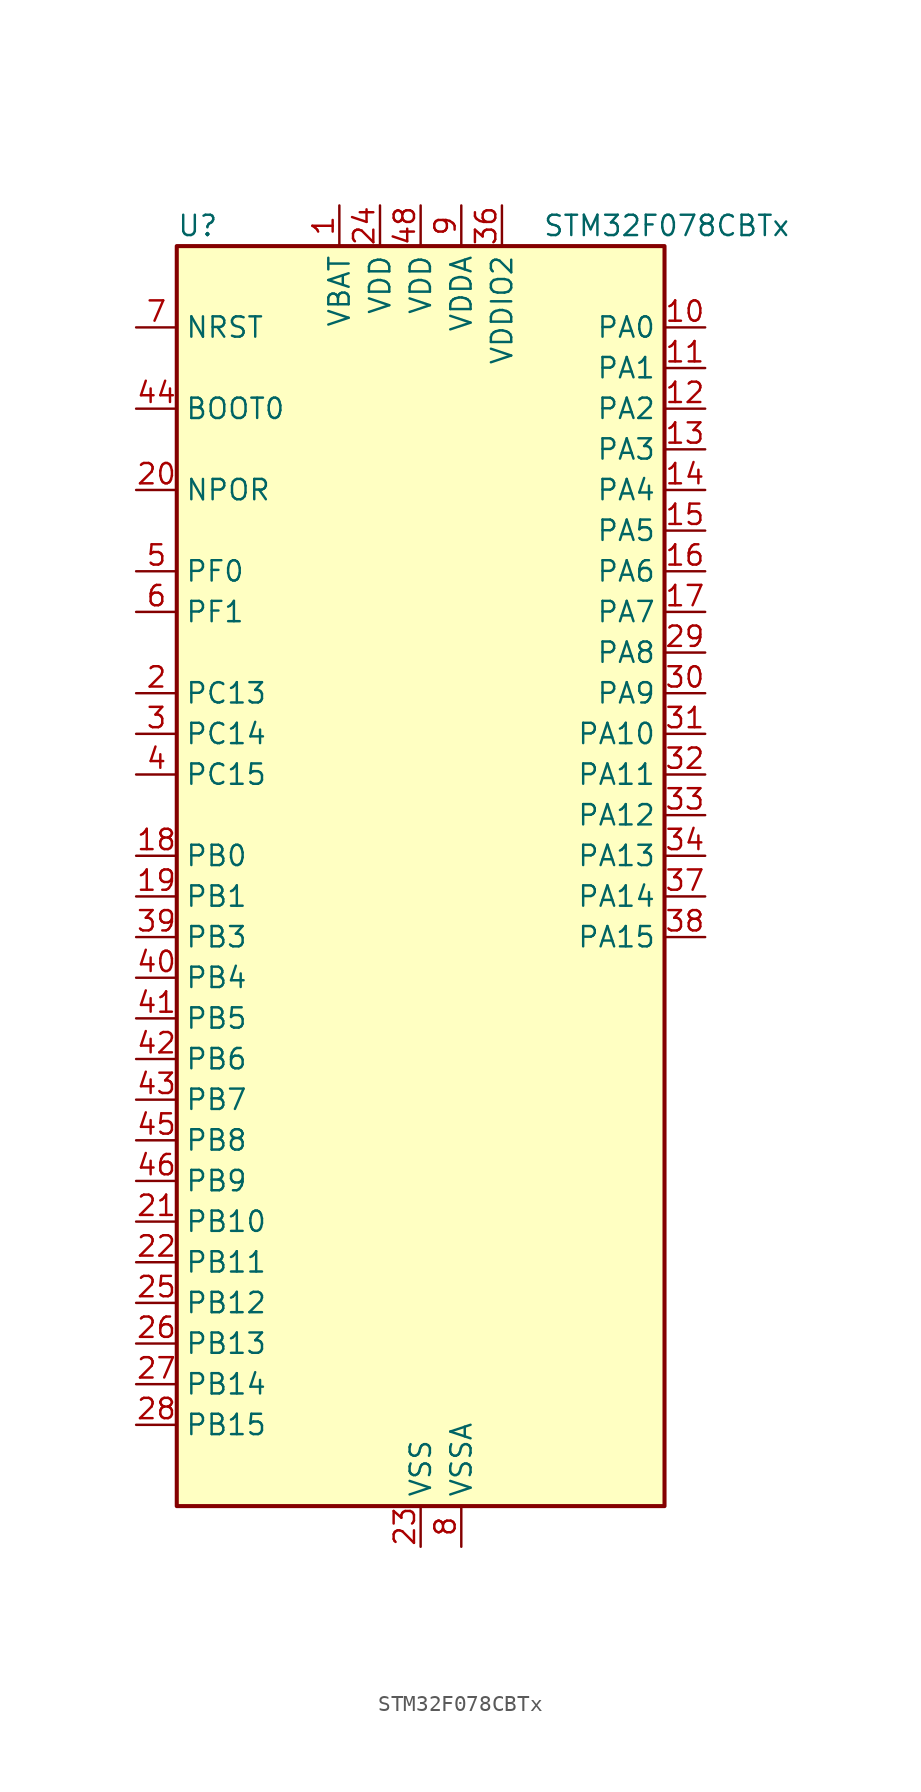
<source format=kicad_sym>
(kicad_symbol_lib
  (version 20241209)
  (generator "kicad_symbol_editor")
  (generator_version "9.0")
  (symbol "STM32F078CBTx"
    (property "Reference" "U"
      (at -15.24 41.91 0)
      (effects (font (size 1.27 1.27)) (justify left)))
    (property "Value" "STM32F078CBTx"
      (at 7.62 41.91 0)
      (effects (font (size 1.27 1.27)) (justify left)))
    (symbol "STM32F078CBTx_0_1"
      (rectangle (start -15.24 -38.1) (end 15.24 40.64) (stroke (width 0.254) (type default)) (fill (type background))))
    (symbol "STM32F078CBTx_1_1"
      (pin input line (at -17.78 35.56 0) (length 2.54) (name "NRST" (effects (font (size 1.27 1.27)))) (number "7" (effects (font (size 1.27 1.27)))))
      (pin input line (at -17.78 30.48 0) (length 2.54) (name "BOOT0" (effects (font (size 1.27 1.27)))) (number "44" (effects (font (size 1.27 1.27)))))
      (pin input line (at -17.78 25.4 0) (length 2.54) (name "NPOR" (effects (font (size 1.27 1.27)))) (number "20" (effects (font (size 1.27 1.27)))))
      (pin bidirectional line (at -17.78 20.32 0) (length 2.54) (name "PF0" (effects (font (size 1.27 1.27)))) (number "5" (effects (font (size 1.27 1.27)))) (alternate "CRS_SYNC" bidirectional line) (alternate "RCC_OSC_IN" bidirectional line))
      (pin bidirectional line (at -17.78 17.78 0) (length 2.54) (name "PF1" (effects (font (size 1.27 1.27)))) (number "6" (effects (font (size 1.27 1.27)))) (alternate "RCC_OSC_OUT" bidirectional line))
      (pin bidirectional line (at -17.78 12.7 0) (length 2.54) (name "PC13" (effects (font (size 1.27 1.27)))) (number "2" (effects (font (size 1.27 1.27)))) (alternate "RTC_OUT_ALARM" bidirectional line) (alternate "RTC_OUT_CALIB" bidirectional line) (alternate "RTC_TAMP1" bidirectional line) (alternate "RTC_TS" bidirectional line) (alternate "SYS_WKUP2" bidirectional line))
      (pin bidirectional line (at -17.78 10.16 0) (length 2.54) (name "PC14" (effects (font (size 1.27 1.27)))) (number "3" (effects (font (size 1.27 1.27)))) (alternate "RCC_OSC32_IN" bidirectional line))
      (pin bidirectional line (at -17.78 7.62 0) (length 2.54) (name "PC15" (effects (font (size 1.27 1.27)))) (number "4" (effects (font (size 1.27 1.27)))) (alternate "RCC_OSC32_OUT" bidirectional line))
      (pin bidirectional line (at -17.78 2.54 0) (length 2.54) (name "PB0" (effects (font (size 1.27 1.27)))) (number "18" (effects (font (size 1.27 1.27)))) (alternate "ADC_IN8" bidirectional line) (alternate "TIM1_CH2N" bidirectional line) (alternate "TIM3_CH3" bidirectional line) (alternate "TSC_G3_IO2" bidirectional line) (alternate "USART3_CK" bidirectional line))
      (pin bidirectional line (at -17.78 0 0) (length 2.54) (name "PB1" (effects (font (size 1.27 1.27)))) (number "19" (effects (font (size 1.27 1.27)))) (alternate "ADC_IN9" bidirectional line) (alternate "TIM14_CH1" bidirectional line) (alternate "TIM1_CH3N" bidirectional line) (alternate "TIM3_CH4" bidirectional line) (alternate "TSC_G3_IO3" bidirectional line) (alternate "USART3_DE" bidirectional line) (alternate "USART3_RTS" bidirectional line))
      (pin bidirectional line (at -17.78 -2.54 0) (length 2.54) (name "PB3" (effects (font (size 1.27 1.27)))) (number "39" (effects (font (size 1.27 1.27)))) (alternate "I2S1_CK" bidirectional line) (alternate "SPI1_SCK" bidirectional line) (alternate "TIM2_CH2" bidirectional line) (alternate "TSC_G5_IO1" bidirectional line))
      (pin bidirectional line (at -17.78 -5.08 0) (length 2.54) (name "PB4" (effects (font (size 1.27 1.27)))) (number "40" (effects (font (size 1.27 1.27)))) (alternate "I2S1_MCK" bidirectional line) (alternate "SPI1_MISO" bidirectional line) (alternate "TIM17_BKIN" bidirectional line) (alternate "TIM3_CH1" bidirectional line) (alternate "TSC_G5_IO2" bidirectional line))
      (pin bidirectional line (at -17.78 -7.62 0) (length 2.54) (name "PB5" (effects (font (size 1.27 1.27)))) (number "41" (effects (font (size 1.27 1.27)))) (alternate "I2C1_SMBA" bidirectional line) (alternate "I2S1_SD" bidirectional line) (alternate "SPI1_MOSI" bidirectional line) (alternate "SYS_WKUP6" bidirectional line) (alternate "TIM16_BKIN" bidirectional line) (alternate "TIM3_CH2" bidirectional line))
      (pin bidirectional line (at -17.78 -10.16 0) (length 2.54) (name "PB6" (effects (font (size 1.27 1.27)))) (number "42" (effects (font (size 1.27 1.27)))) (alternate "I2C1_SCL" bidirectional line) (alternate "TIM16_CH1N" bidirectional line) (alternate "TSC_G5_IO3" bidirectional line) (alternate "USART1_TX" bidirectional line))
      (pin bidirectional line (at -17.78 -12.7 0) (length 2.54) (name "PB7" (effects (font (size 1.27 1.27)))) (number "43" (effects (font (size 1.27 1.27)))) (alternate "I2C1_SDA" bidirectional line) (alternate "TIM17_CH1N" bidirectional line) (alternate "TSC_G5_IO4" bidirectional line) (alternate "USART1_RX" bidirectional line) (alternate "USART4_CTS" bidirectional line))
      (pin bidirectional line (at -17.78 -15.24 0) (length 2.54) (name "PB8" (effects (font (size 1.27 1.27)))) (number "45" (effects (font (size 1.27 1.27)))) (alternate "CEC" bidirectional line) (alternate "I2C1_SCL" bidirectional line) (alternate "TIM16_CH1" bidirectional line) (alternate "TSC_SYNC" bidirectional line))
      (pin bidirectional line (at -17.78 -17.78 0) (length 2.54) (name "PB9" (effects (font (size 1.27 1.27)))) (number "46" (effects (font (size 1.27 1.27)))) (alternate "DAC_EXTI9" bidirectional line) (alternate "I2C1_SDA" bidirectional line) (alternate "I2S2_WS" bidirectional line) (alternate "IR_OUT" bidirectional line) (alternate "SPI2_NSS" bidirectional line) (alternate "TIM17_CH1" bidirectional line))
      (pin bidirectional line (at -17.78 -20.32 0) (length 2.54) (name "PB10" (effects (font (size 1.27 1.27)))) (number "21" (effects (font (size 1.27 1.27)))) (alternate "CEC" bidirectional line) (alternate "I2C2_SCL" bidirectional line) (alternate "I2S2_CK" bidirectional line) (alternate "SPI2_SCK" bidirectional line) (alternate "TIM2_CH3" bidirectional line) (alternate "TSC_SYNC" bidirectional line) (alternate "USART3_TX" bidirectional line))
      (pin bidirectional line (at -17.78 -22.86 0) (length 2.54) (name "PB11" (effects (font (size 1.27 1.27)))) (number "22" (effects (font (size 1.27 1.27)))) (alternate "I2C2_SDA" bidirectional line) (alternate "TIM2_CH4" bidirectional line) (alternate "TSC_G6_IO1" bidirectional line) (alternate "USART3_RX" bidirectional line))
      (pin bidirectional line (at -17.78 -25.4 0) (length 2.54) (name "PB12" (effects (font (size 1.27 1.27)))) (number "25" (effects (font (size 1.27 1.27)))) (alternate "I2S2_WS" bidirectional line) (alternate "SPI2_NSS" bidirectional line) (alternate "TIM15_BKIN" bidirectional line) (alternate "TIM1_BKIN" bidirectional line) (alternate "TSC_G6_IO2" bidirectional line) (alternate "USART3_CK" bidirectional line))
      (pin bidirectional line (at -17.78 -27.94 0) (length 2.54) (name "PB13" (effects (font (size 1.27 1.27)))) (number "26" (effects (font (size 1.27 1.27)))) (alternate "I2C2_SCL" bidirectional line) (alternate "I2S2_CK" bidirectional line) (alternate "SPI2_SCK" bidirectional line) (alternate "TIM1_CH1N" bidirectional line) (alternate "TSC_G6_IO3" bidirectional line) (alternate "USART3_CTS" bidirectional line))
      (pin bidirectional line (at -17.78 -30.48 0) (length 2.54) (name "PB14" (effects (font (size 1.27 1.27)))) (number "27" (effects (font (size 1.27 1.27)))) (alternate "I2C2_SDA" bidirectional line) (alternate "I2S2_MCK" bidirectional line) (alternate "SPI2_MISO" bidirectional line) (alternate "TIM15_CH1" bidirectional line) (alternate "TIM1_CH2N" bidirectional line) (alternate "TSC_G6_IO4" bidirectional line) (alternate "USART3_DE" bidirectional line) (alternate "USART3_RTS" bidirectional line))
      (pin bidirectional line (at -17.78 -33.02 0) (length 2.54) (name "PB15" (effects (font (size 1.27 1.27)))) (number "28" (effects (font (size 1.27 1.27)))) (alternate "I2S2_SD" bidirectional line) (alternate "RTC_REFIN" bidirectional line) (alternate "SPI2_MOSI" bidirectional line) (alternate "SYS_WKUP7" bidirectional line) (alternate "TIM15_CH1N" bidirectional line) (alternate "TIM15_CH2" bidirectional line) (alternate "TIM1_CH3N" bidirectional line))
      (pin power_in line (at -5.08 43.18 270) (length 2.54) (name "VBAT" (effects (font (size 1.27 1.27)))) (number "1" (effects (font (size 1.27 1.27)))))
      (pin power_in line (at -2.54 43.18 270) (length 2.54) (name "VDD" (effects (font (size 1.27 1.27)))) (number "24" (effects (font (size 1.27 1.27)))))
      (pin power_in line (at 0 43.18 270) (length 2.54) (name "VDD" (effects (font (size 1.27 1.27)))) (number "48" (effects (font (size 1.27 1.27)))))
      (pin power_in line (at 0 -40.64 90) (length 2.54) (name "VSS" (effects (font (size 1.27 1.27)))) (number "23" (effects (font (size 1.27 1.27)))))
      (pin passive line (at 0 -40.64 90) (length 2.54) (hide yes) (name "VSS" (effects (font (size 1.27 1.27)))) (number "35" (effects (font (size 1.27 1.27)))))
      (pin passive line (at 0 -40.64 90) (length 2.54) (hide yes) (name "VSS" (effects (font (size 1.27 1.27)))) (number "47" (effects (font (size 1.27 1.27)))))
      (pin power_in line (at 2.54 43.18 270) (length 2.54) (name "VDDA" (effects (font (size 1.27 1.27)))) (number "9" (effects (font (size 1.27 1.27)))))
      (pin power_in line (at 2.54 -40.64 90) (length 2.54) (name "VSSA" (effects (font (size 1.27 1.27)))) (number "8" (effects (font (size 1.27 1.27)))))
      (pin power_in line (at 5.08 43.18 270) (length 2.54) (name "VDDIO2" (effects (font (size 1.27 1.27)))) (number "36" (effects (font (size 1.27 1.27)))))
      (pin bidirectional line (at 17.78 35.56 180) (length 2.54) (name "PA0" (effects (font (size 1.27 1.27)))) (number "10" (effects (font (size 1.27 1.27)))) (alternate "ADC_IN0" bidirectional line) (alternate "COMP1_INM" bidirectional line) (alternate "COMP1_OUT" bidirectional line) (alternate "RTC_TAMP2" bidirectional line) (alternate "SYS_WKUP1" bidirectional line) (alternate "TIM2_CH1" bidirectional line) (alternate "TIM2_ETR" bidirectional line) (alternate "TSC_G1_IO1" bidirectional line) (alternate "USART2_CTS" bidirectional line) (alternate "USART4_TX" bidirectional line))
      (pin bidirectional line (at 17.78 33.02 180) (length 2.54) (name "PA1" (effects (font (size 1.27 1.27)))) (number "11" (effects (font (size 1.27 1.27)))) (alternate "ADC_IN1" bidirectional line) (alternate "COMP1_INP" bidirectional line) (alternate "TIM15_CH1N" bidirectional line) (alternate "TIM2_CH2" bidirectional line) (alternate "TSC_G1_IO2" bidirectional line) (alternate "USART2_DE" bidirectional line) (alternate "USART2_RTS" bidirectional line) (alternate "USART4_RX" bidirectional line))
      (pin bidirectional line (at 17.78 30.48 180) (length 2.54) (name "PA2" (effects (font (size 1.27 1.27)))) (number "12" (effects (font (size 1.27 1.27)))) (alternate "ADC_IN2" bidirectional line) (alternate "COMP2_INM" bidirectional line) (alternate "COMP2_OUT" bidirectional line) (alternate "SYS_WKUP4" bidirectional line) (alternate "TIM15_CH1" bidirectional line) (alternate "TIM2_CH3" bidirectional line) (alternate "TSC_G1_IO3" bidirectional line) (alternate "USART2_TX" bidirectional line))
      (pin bidirectional line (at 17.78 27.94 180) (length 2.54) (name "PA3" (effects (font (size 1.27 1.27)))) (number "13" (effects (font (size 1.27 1.27)))) (alternate "ADC_IN3" bidirectional line) (alternate "COMP2_INP" bidirectional line) (alternate "TIM15_CH2" bidirectional line) (alternate "TIM2_CH4" bidirectional line) (alternate "TSC_G1_IO4" bidirectional line) (alternate "USART2_RX" bidirectional line))
      (pin bidirectional line (at 17.78 25.4 180) (length 2.54) (name "PA4" (effects (font (size 1.27 1.27)))) (number "14" (effects (font (size 1.27 1.27)))) (alternate "ADC_IN4" bidirectional line) (alternate "COMP1_INM" bidirectional line) (alternate "COMP2_INM" bidirectional line) (alternate "DAC_OUT1" bidirectional line) (alternate "I2S1_WS" bidirectional line) (alternate "SPI1_NSS" bidirectional line) (alternate "TIM14_CH1" bidirectional line) (alternate "TSC_G2_IO1" bidirectional line) (alternate "USART2_CK" bidirectional line))
      (pin bidirectional line (at 17.78 22.86 180) (length 2.54) (name "PA5" (effects (font (size 1.27 1.27)))) (number "15" (effects (font (size 1.27 1.27)))) (alternate "ADC_IN5" bidirectional line) (alternate "CEC" bidirectional line) (alternate "COMP1_INM" bidirectional line) (alternate "COMP2_INM" bidirectional line) (alternate "DAC_OUT2" bidirectional line) (alternate "I2S1_CK" bidirectional line) (alternate "SPI1_SCK" bidirectional line) (alternate "TIM2_CH1" bidirectional line) (alternate "TIM2_ETR" bidirectional line) (alternate "TSC_G2_IO2" bidirectional line))
      (pin bidirectional line (at 17.78 20.32 180) (length 2.54) (name "PA6" (effects (font (size 1.27 1.27)))) (number "16" (effects (font (size 1.27 1.27)))) (alternate "ADC_IN6" bidirectional line) (alternate "COMP1_OUT" bidirectional line) (alternate "I2S1_MCK" bidirectional line) (alternate "SPI1_MISO" bidirectional line) (alternate "TIM16_CH1" bidirectional line) (alternate "TIM1_BKIN" bidirectional line) (alternate "TIM3_CH1" bidirectional line) (alternate "TSC_G2_IO3" bidirectional line) (alternate "USART3_CTS" bidirectional line))
      (pin bidirectional line (at 17.78 17.78 180) (length 2.54) (name "PA7" (effects (font (size 1.27 1.27)))) (number "17" (effects (font (size 1.27 1.27)))) (alternate "ADC_IN7" bidirectional line) (alternate "COMP2_OUT" bidirectional line) (alternate "I2S1_SD" bidirectional line) (alternate "SPI1_MOSI" bidirectional line) (alternate "TIM14_CH1" bidirectional line) (alternate "TIM17_CH1" bidirectional line) (alternate "TIM1_CH1N" bidirectional line) (alternate "TIM3_CH2" bidirectional line) (alternate "TSC_G2_IO4" bidirectional line))
      (pin bidirectional line (at 17.78 15.24 180) (length 2.54) (name "PA8" (effects (font (size 1.27 1.27)))) (number "29" (effects (font (size 1.27 1.27)))) (alternate "CRS_SYNC" bidirectional line) (alternate "RCC_MCO" bidirectional line) (alternate "TIM1_CH1" bidirectional line) (alternate "USART1_CK" bidirectional line))
      (pin bidirectional line (at 17.78 12.7 180) (length 2.54) (name "PA9" (effects (font (size 1.27 1.27)))) (number "30" (effects (font (size 1.27 1.27)))) (alternate "DAC_EXTI9" bidirectional line) (alternate "TIM15_BKIN" bidirectional line) (alternate "TIM1_CH2" bidirectional line) (alternate "TSC_G4_IO1" bidirectional line) (alternate "USART1_TX" bidirectional line))
      (pin bidirectional line (at 17.78 10.16 180) (length 2.54) (name "PA10" (effects (font (size 1.27 1.27)))) (number "31" (effects (font (size 1.27 1.27)))) (alternate "TIM17_BKIN" bidirectional line) (alternate "TIM1_CH3" bidirectional line) (alternate "TSC_G4_IO2" bidirectional line) (alternate "USART1_RX" bidirectional line))
      (pin bidirectional line (at 17.78 7.62 180) (length 2.54) (name "PA11" (effects (font (size 1.27 1.27)))) (number "32" (effects (font (size 1.27 1.27)))) (alternate "COMP1_OUT" bidirectional line) (alternate "TIM1_CH4" bidirectional line) (alternate "TSC_G4_IO3" bidirectional line) (alternate "USART1_CTS" bidirectional line) (alternate "USB_DM" bidirectional line))
      (pin bidirectional line (at 17.78 5.08 180) (length 2.54) (name "PA12" (effects (font (size 1.27 1.27)))) (number "33" (effects (font (size 1.27 1.27)))) (alternate "COMP2_OUT" bidirectional line) (alternate "TIM1_ETR" bidirectional line) (alternate "TSC_G4_IO4" bidirectional line) (alternate "USART1_DE" bidirectional line) (alternate "USART1_RTS" bidirectional line) (alternate "USB_DP" bidirectional line))
      (pin bidirectional line (at 17.78 2.54 180) (length 2.54) (name "PA13" (effects (font (size 1.27 1.27)))) (number "34" (effects (font (size 1.27 1.27)))) (alternate "IR_OUT" bidirectional line) (alternate "SYS_SWDIO" bidirectional line) (alternate "USB_NOE" bidirectional line))
      (pin bidirectional line (at 17.78 0 180) (length 2.54) (name "PA14" (effects (font (size 1.27 1.27)))) (number "37" (effects (font (size 1.27 1.27)))) (alternate "SYS_SWCLK" bidirectional line) (alternate "USART2_TX" bidirectional line))
      (pin bidirectional line (at 17.78 -2.54 180) (length 2.54) (name "PA15" (effects (font (size 1.27 1.27)))) (number "38" (effects (font (size 1.27 1.27)))) (alternate "I2S1_WS" bidirectional line) (alternate "SPI1_NSS" bidirectional line) (alternate "TIM2_CH1" bidirectional line) (alternate "TIM2_ETR" bidirectional line) (alternate "USART2_RX" bidirectional line) (alternate "USART4_DE" bidirectional line) (alternate "USART4_RTS" bidirectional line)))))
</source>
